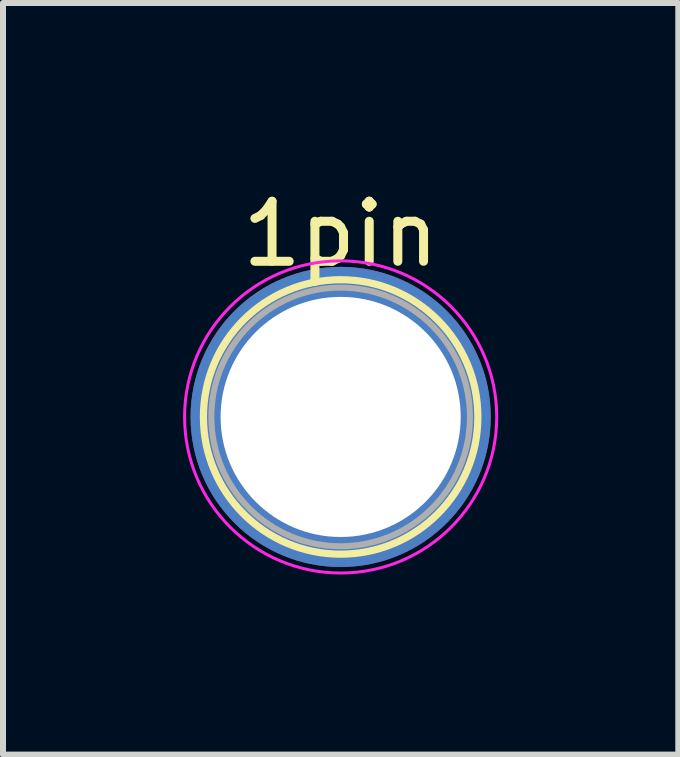
<source format=kicad_pcb>
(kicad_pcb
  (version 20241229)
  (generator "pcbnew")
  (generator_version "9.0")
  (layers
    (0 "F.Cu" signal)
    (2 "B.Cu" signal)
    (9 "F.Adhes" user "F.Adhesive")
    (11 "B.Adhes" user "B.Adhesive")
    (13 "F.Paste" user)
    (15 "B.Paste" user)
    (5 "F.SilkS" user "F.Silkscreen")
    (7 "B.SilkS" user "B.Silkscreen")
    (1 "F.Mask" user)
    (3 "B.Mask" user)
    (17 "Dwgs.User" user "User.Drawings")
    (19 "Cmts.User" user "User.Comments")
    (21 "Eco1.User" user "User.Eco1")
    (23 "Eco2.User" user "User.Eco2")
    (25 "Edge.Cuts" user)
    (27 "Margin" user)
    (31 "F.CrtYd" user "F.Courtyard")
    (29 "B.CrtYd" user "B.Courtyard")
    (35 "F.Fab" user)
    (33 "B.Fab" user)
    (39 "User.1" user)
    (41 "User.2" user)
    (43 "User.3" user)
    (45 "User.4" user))
  (footprint "1pin"
    (layer "F.Cu")
    (at 2.625 3.896)
    (property "Reference" "1pin" (at 0 -3.048 0) (layer "F.SilkS") (effects (font (size 1 1) (thickness 0.15))))
    (attr through_hole)
    (fp_circle (center 0 0) (end 0 -2.286) (stroke (width 0.12) (type solid)) (fill no) (layer "F.SilkS"))
    (fp_circle (center 0 0) (end 2.6 0) (stroke (width 0.05) (type solid)) (fill no) (layer "F.CrtYd"))
    (fp_circle (center 0 0) (end 2 0.8) (stroke (width 0.1) (type solid)) (fill no) (layer "F.Fab"))
    (pad "" np_thru_hole circle (at 0 0) (size 5 5) (drill 4) (layers "*.Cu" "*.Mask")))
  (gr_rect
    (start -3 -3)
    (end 8.25 9.521)
    (stroke (width 0.1) (type default))
    (fill no)
    (layer "Edge.Cuts")))
</source>
